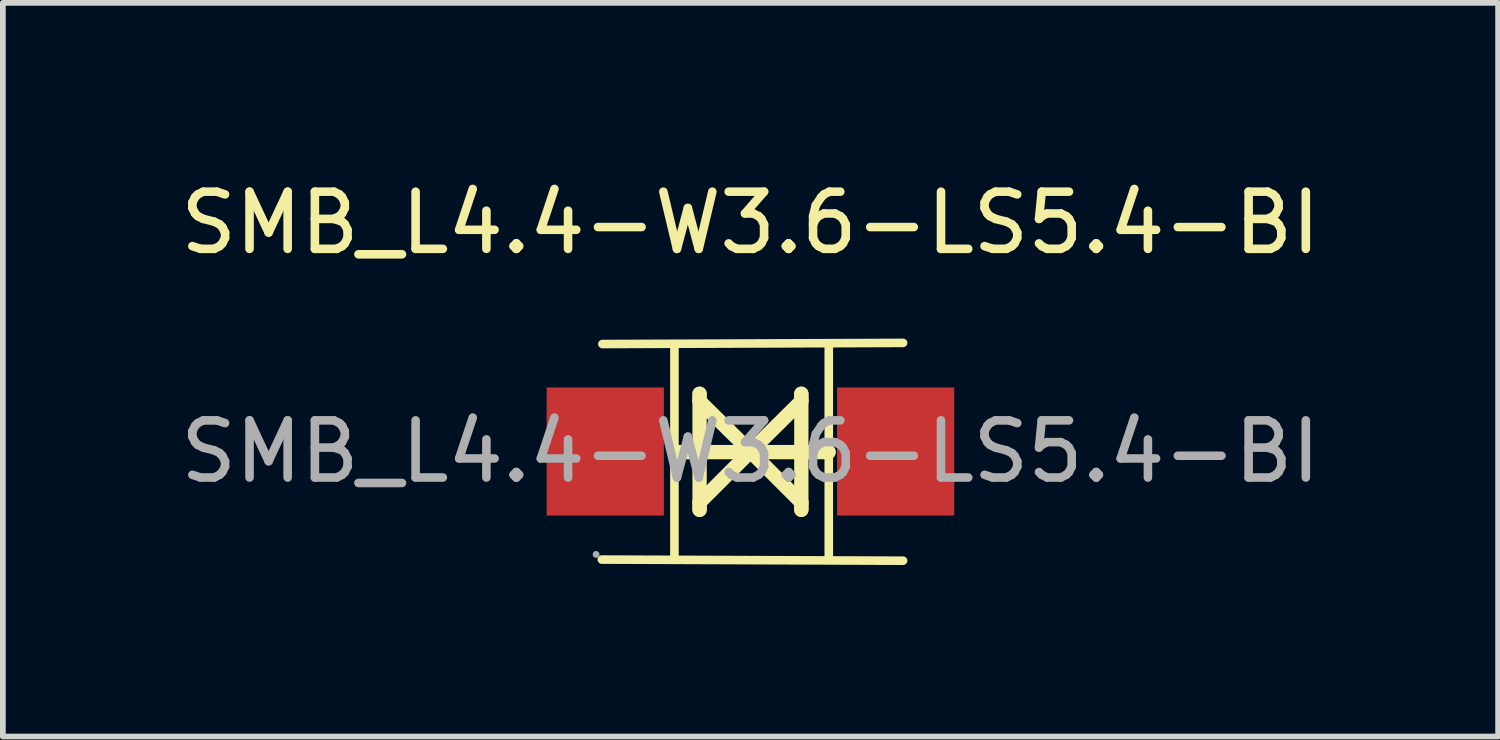
<source format=kicad_pcb>
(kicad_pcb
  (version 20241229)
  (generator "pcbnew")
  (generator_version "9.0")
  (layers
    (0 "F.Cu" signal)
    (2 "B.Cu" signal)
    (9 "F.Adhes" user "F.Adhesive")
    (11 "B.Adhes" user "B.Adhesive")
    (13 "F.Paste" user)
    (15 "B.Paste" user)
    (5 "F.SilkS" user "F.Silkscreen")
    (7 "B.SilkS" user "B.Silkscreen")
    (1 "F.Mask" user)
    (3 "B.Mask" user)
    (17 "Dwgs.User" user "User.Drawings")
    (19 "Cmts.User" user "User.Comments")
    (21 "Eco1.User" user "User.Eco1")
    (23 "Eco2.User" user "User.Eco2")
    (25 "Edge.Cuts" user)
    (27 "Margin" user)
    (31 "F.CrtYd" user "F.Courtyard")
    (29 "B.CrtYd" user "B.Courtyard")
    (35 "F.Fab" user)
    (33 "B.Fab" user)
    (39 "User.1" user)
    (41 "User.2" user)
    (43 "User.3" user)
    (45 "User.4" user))
  (footprint "SMB_L4.4-W3.6-LS5.4-BI"
    (layer "F.Cu")
    (at 10.077 4.848)
    (property "Reference" "SMB_L4.4-W3.6-LS5.4-BI" (at 0 -4 0) (layer "F.SilkS") (effects (font (size 1 1) (thickness 0.15))))
    (attr smd)
    (fp_line (start -1.33 0.01) (end 1.37 0.01) (stroke (width 0.25) (type solid)) (layer "F.SilkS"))
    (fp_line (start -1.33 1.89) (end -1.33 -1.88) (stroke (width 0.15) (type solid)) (layer "F.SilkS"))
    (fp_line (start -0.89 -1.01) (end -0.89 1.02) (stroke (width 0.25) (type solid)) (layer "F.SilkS"))
    (fp_line (start -0.89 -0.88) (end -0.89 -1.01) (stroke (width 0.25) (type solid)) (layer "F.SilkS"))
    (fp_line (start -0.89 0.89) (end 0 0) (stroke (width 0.25) (type solid)) (layer "F.SilkS"))
    (fp_line (start -0.89 1.02) (end -0.89 0.89) (stroke (width 0.25) (type solid)) (layer "F.SilkS"))
    (fp_line (start 0 0) (end -0.89 -0.88) (stroke (width 0.25) (type solid)) (layer "F.SilkS"))
    (fp_line (start 0 0) (end 0.89 0.89) (stroke (width 0.25) (type solid)) (layer "F.SilkS"))
    (fp_line (start 0.89 -1.01) (end 0.89 -0.88) (stroke (width 0.25) (type solid)) (layer "F.SilkS"))
    (fp_line (start 0.89 -0.88) (end 0 0) (stroke (width 0.25) (type solid)) (layer "F.SilkS"))
    (fp_line (start 0.89 0.89) (end 0.89 1.02) (stroke (width 0.25) (type solid)) (layer "F.SilkS"))
    (fp_line (start 0.89 1.02) (end 0.89 -1.01) (stroke (width 0.25) (type solid)) (layer "F.SilkS"))
    (fp_line (start 1.37 1.89) (end 1.37 -1.88) (stroke (width 0.15) (type solid)) (layer "F.SilkS"))
    (fp_line (start 2.67 -1.9) (end -2.59 -1.88) (stroke (width 0.15) (type solid)) (layer "F.SilkS"))
    (fp_line (start 2.67 1.91) (end -2.6 1.89) (stroke (width 0.15) (type solid)) (layer "F.SilkS"))
    (fp_circle (center -2.7 1.8) (end -2.67 1.8) (stroke (width 0.06) (type solid)) (fill no) (layer "F.Fab"))
    (fp_text user "${REFERENCE}" (at 0 0 0) (layer "F.Fab") (effects (font (size 1 1) (thickness 0.15))))
    (pad "1" smd rect (at -2.54 0) (size 2.05 2.24) (layers "F.Cu" "F.Mask" "F.Paste"))
    (pad "2" smd rect (at 2.54 0) (size 2.05 2.24) (layers "F.Cu" "F.Mask" "F.Paste")))
  (gr_rect
    (start -3 -3)
    (end 23.155 9.833)
    (stroke (width 0.1) (type default))
    (fill no)
    (layer "Edge.Cuts")))
</source>
